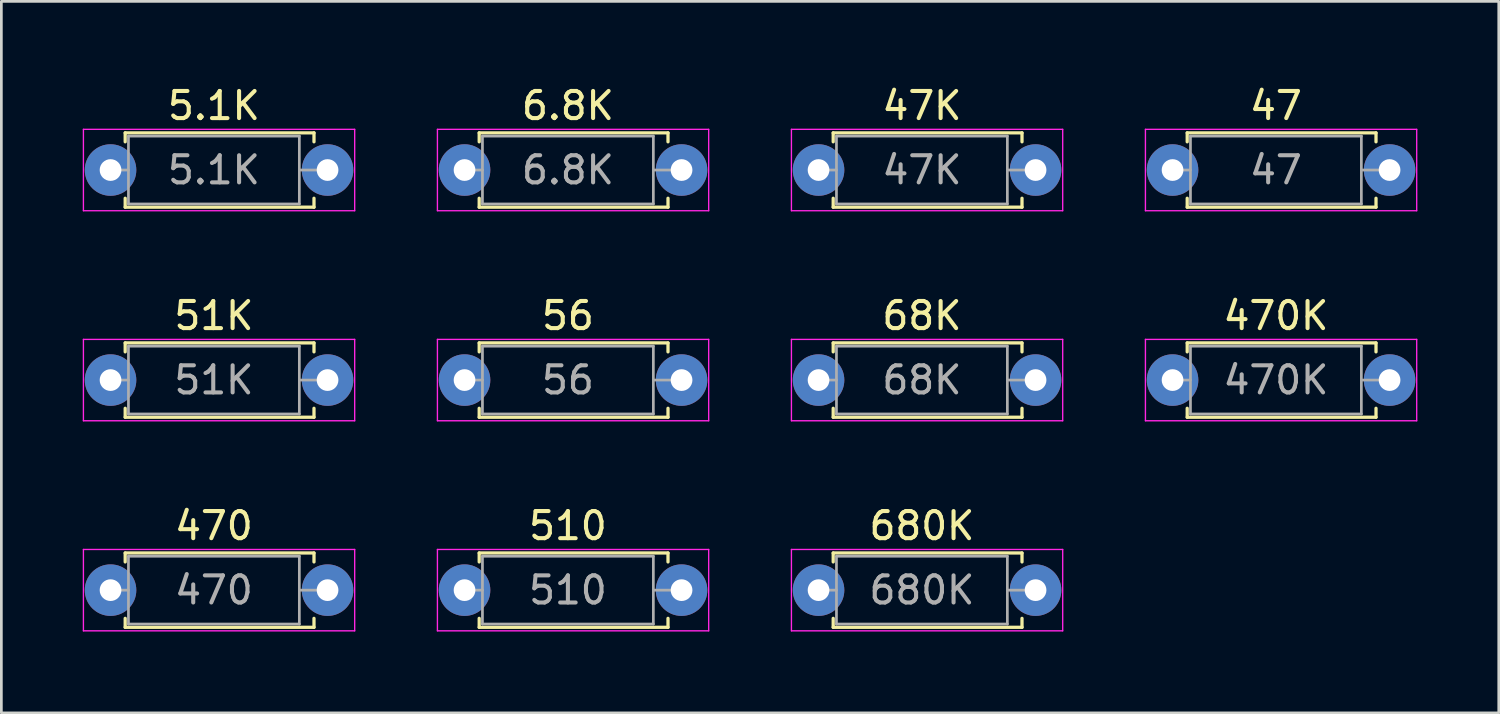
<source format=kicad_pcb>
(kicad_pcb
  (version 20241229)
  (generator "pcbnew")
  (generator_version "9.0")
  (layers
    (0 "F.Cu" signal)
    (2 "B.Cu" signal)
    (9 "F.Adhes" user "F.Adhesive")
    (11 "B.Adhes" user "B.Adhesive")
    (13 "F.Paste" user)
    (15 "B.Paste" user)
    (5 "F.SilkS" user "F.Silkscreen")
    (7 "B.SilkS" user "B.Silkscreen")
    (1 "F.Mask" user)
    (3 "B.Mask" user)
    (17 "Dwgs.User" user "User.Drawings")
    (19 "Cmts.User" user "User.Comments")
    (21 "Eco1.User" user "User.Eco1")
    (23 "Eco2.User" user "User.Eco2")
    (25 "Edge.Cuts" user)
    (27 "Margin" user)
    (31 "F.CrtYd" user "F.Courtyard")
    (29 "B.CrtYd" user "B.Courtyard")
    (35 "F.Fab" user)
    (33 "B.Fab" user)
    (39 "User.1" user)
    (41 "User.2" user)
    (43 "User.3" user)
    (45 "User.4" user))
  (footprint "56"
    (layer "F.Cu")
    (at 14.075 10.961)
    (property "Reference" "56" (at 3.81 -2.37 0) (layer "F.SilkS") (effects (font (size 1 1) (thickness 0.15))))
    (attr through_hole)
    (fp_line (start 0.54 -1.37) (end 7.5 -1.37) (stroke (width 0.12) (type solid)) (layer "F.SilkS"))
    (fp_line (start 0.54 -1.04) (end 0.54 -1.37) (stroke (width 0.12) (type solid)) (layer "F.SilkS"))
    (fp_line (start 0.54 1.04) (end 0.54 1.37) (stroke (width 0.12) (type solid)) (layer "F.SilkS"))
    (fp_line (start 0.54 1.37) (end 7.5 1.37) (stroke (width 0.12) (type solid)) (layer "F.SilkS"))
    (fp_line (start 7.5 -1.37) (end 7.5 -1.04) (stroke (width 0.12) (type solid)) (layer "F.SilkS"))
    (fp_line (start 7.5 1.37) (end 7.5 1.04) (stroke (width 0.12) (type solid)) (layer "F.SilkS"))
    (fp_line (start -1 -1.5) (end -1 1.5) (stroke (width 0.05) (type solid)) (layer "F.CrtYd"))
    (fp_line (start -1 1.5) (end 9 1.5) (stroke (width 0.05) (type solid)) (layer "F.CrtYd"))
    (fp_line (start 9 -1.5) (end -1 -1.5) (stroke (width 0.05) (type solid)) (layer "F.CrtYd"))
    (fp_line (start 9 1.5) (end 9 -1.5) (stroke (width 0.05) (type solid)) (layer "F.CrtYd"))
    (fp_line (start 0 0) (end 0.66 0) (stroke (width 0.1) (type solid)) (layer "F.Fab"))
    (fp_line (start 0.66 -1.25) (end 0.66 1.25) (stroke (width 0.1) (type solid)) (layer "F.Fab"))
    (fp_line (start 0.66 1.25) (end 6.96 1.25) (stroke (width 0.1) (type solid)) (layer "F.Fab"))
    (fp_line (start 6.96 -1.25) (end 0.66 -1.25) (stroke (width 0.1) (type solid)) (layer "F.Fab"))
    (fp_line (start 6.96 1.25) (end 6.96 -1.25) (stroke (width 0.1) (type solid)) (layer "F.Fab"))
    (fp_line (start 7.62 0) (end 6.96 0) (stroke (width 0.1) (type solid)) (layer "F.Fab"))
    (fp_text user "${REFERENCE}" (at 3.81 0 0) (layer "F.Fab") (effects (font (size 1 1) (thickness 0.15))))
    (pad "1" thru_hole circle (at 0 0) (size 1.9 1.9) (drill 0.8) (layers "*.Cu" "*.Mask"))
    (pad "2" thru_hole oval (at 8 0) (size 1.9 1.9) (drill 0.8) (layers "*.Cu" "*.Mask")))
  (footprint "6.8K"
    (layer "F.Cu")
    (at 14.075 3.218)
    (property "Reference" "6.8K" (at 3.81 -2.37 0) (layer "F.SilkS") (effects (font (size 1 1) (thickness 0.15))))
    (attr through_hole)
    (fp_line (start 0.54 -1.37) (end 7.5 -1.37) (stroke (width 0.12) (type solid)) (layer "F.SilkS"))
    (fp_line (start 0.54 -1.04) (end 0.54 -1.37) (stroke (width 0.12) (type solid)) (layer "F.SilkS"))
    (fp_line (start 0.54 1.04) (end 0.54 1.37) (stroke (width 0.12) (type solid)) (layer "F.SilkS"))
    (fp_line (start 0.54 1.37) (end 7.5 1.37) (stroke (width 0.12) (type solid)) (layer "F.SilkS"))
    (fp_line (start 7.5 -1.37) (end 7.5 -1.04) (stroke (width 0.12) (type solid)) (layer "F.SilkS"))
    (fp_line (start 7.5 1.37) (end 7.5 1.04) (stroke (width 0.12) (type solid)) (layer "F.SilkS"))
    (fp_line (start -1 -1.5) (end -1 1.5) (stroke (width 0.05) (type solid)) (layer "F.CrtYd"))
    (fp_line (start -1 1.5) (end 9 1.5) (stroke (width 0.05) (type solid)) (layer "F.CrtYd"))
    (fp_line (start 9 -1.5) (end -1 -1.5) (stroke (width 0.05) (type solid)) (layer "F.CrtYd"))
    (fp_line (start 9 1.5) (end 9 -1.5) (stroke (width 0.05) (type solid)) (layer "F.CrtYd"))
    (fp_line (start 0 0) (end 0.66 0) (stroke (width 0.1) (type solid)) (layer "F.Fab"))
    (fp_line (start 0.66 -1.25) (end 0.66 1.25) (stroke (width 0.1) (type solid)) (layer "F.Fab"))
    (fp_line (start 0.66 1.25) (end 6.96 1.25) (stroke (width 0.1) (type solid)) (layer "F.Fab"))
    (fp_line (start 6.96 -1.25) (end 0.66 -1.25) (stroke (width 0.1) (type solid)) (layer "F.Fab"))
    (fp_line (start 6.96 1.25) (end 6.96 -1.25) (stroke (width 0.1) (type solid)) (layer "F.Fab"))
    (fp_line (start 7.62 0) (end 6.96 0) (stroke (width 0.1) (type solid)) (layer "F.Fab"))
    (fp_text user "${REFERENCE}" (at 3.81 0 0) (layer "F.Fab") (effects (font (size 1 1) (thickness 0.15))))
    (pad "1" thru_hole circle (at 0 0) (size 1.9 1.9) (drill 0.8) (layers "*.Cu" "*.Mask"))
    (pad "2" thru_hole oval (at 8 0) (size 1.9 1.9) (drill 0.8) (layers "*.Cu" "*.Mask")))
  (footprint "68K"
    (layer "F.Cu")
    (at 27.125 10.961)
    (property "Reference" "68K" (at 3.81 -2.37 0) (layer "F.SilkS") (effects (font (size 1 1) (thickness 0.15))))
    (attr through_hole)
    (fp_line (start 0.54 -1.37) (end 7.5 -1.37) (stroke (width 0.12) (type solid)) (layer "F.SilkS"))
    (fp_line (start 0.54 -1.04) (end 0.54 -1.37) (stroke (width 0.12) (type solid)) (layer "F.SilkS"))
    (fp_line (start 0.54 1.04) (end 0.54 1.37) (stroke (width 0.12) (type solid)) (layer "F.SilkS"))
    (fp_line (start 0.54 1.37) (end 7.5 1.37) (stroke (width 0.12) (type solid)) (layer "F.SilkS"))
    (fp_line (start 7.5 -1.37) (end 7.5 -1.04) (stroke (width 0.12) (type solid)) (layer "F.SilkS"))
    (fp_line (start 7.5 1.37) (end 7.5 1.04) (stroke (width 0.12) (type solid)) (layer "F.SilkS"))
    (fp_line (start -1 -1.5) (end -1 1.5) (stroke (width 0.05) (type solid)) (layer "F.CrtYd"))
    (fp_line (start -1 1.5) (end 9 1.5) (stroke (width 0.05) (type solid)) (layer "F.CrtYd"))
    (fp_line (start 9 -1.5) (end -1 -1.5) (stroke (width 0.05) (type solid)) (layer "F.CrtYd"))
    (fp_line (start 9 1.5) (end 9 -1.5) (stroke (width 0.05) (type solid)) (layer "F.CrtYd"))
    (fp_line (start 0 0) (end 0.66 0) (stroke (width 0.1) (type solid)) (layer "F.Fab"))
    (fp_line (start 0.66 -1.25) (end 0.66 1.25) (stroke (width 0.1) (type solid)) (layer "F.Fab"))
    (fp_line (start 0.66 1.25) (end 6.96 1.25) (stroke (width 0.1) (type solid)) (layer "F.Fab"))
    (fp_line (start 6.96 -1.25) (end 0.66 -1.25) (stroke (width 0.1) (type solid)) (layer "F.Fab"))
    (fp_line (start 6.96 1.25) (end 6.96 -1.25) (stroke (width 0.1) (type solid)) (layer "F.Fab"))
    (fp_line (start 7.62 0) (end 6.96 0) (stroke (width 0.1) (type solid)) (layer "F.Fab"))
    (fp_text user "${REFERENCE}" (at 3.81 0 0) (layer "F.Fab") (effects (font (size 1 1) (thickness 0.15))))
    (pad "1" thru_hole circle (at 0 0) (size 1.9 1.9) (drill 0.8) (layers "*.Cu" "*.Mask"))
    (pad "2" thru_hole oval (at 8 0) (size 1.9 1.9) (drill 0.8) (layers "*.Cu" "*.Mask")))
  (footprint "510"
    (layer "F.Cu")
    (at 14.075 18.705)
    (property "Reference" "510" (at 3.81 -2.37 0) (layer "F.SilkS") (effects (font (size 1 1) (thickness 0.15))))
    (attr through_hole)
    (fp_line (start 0.54 -1.37) (end 7.5 -1.37) (stroke (width 0.12) (type solid)) (layer "F.SilkS"))
    (fp_line (start 0.54 -1.04) (end 0.54 -1.37) (stroke (width 0.12) (type solid)) (layer "F.SilkS"))
    (fp_line (start 0.54 1.04) (end 0.54 1.37) (stroke (width 0.12) (type solid)) (layer "F.SilkS"))
    (fp_line (start 0.54 1.37) (end 7.5 1.37) (stroke (width 0.12) (type solid)) (layer "F.SilkS"))
    (fp_line (start 7.5 -1.37) (end 7.5 -1.04) (stroke (width 0.12) (type solid)) (layer "F.SilkS"))
    (fp_line (start 7.5 1.37) (end 7.5 1.04) (stroke (width 0.12) (type solid)) (layer "F.SilkS"))
    (fp_line (start -1 -1.5) (end -1 1.5) (stroke (width 0.05) (type solid)) (layer "F.CrtYd"))
    (fp_line (start -1 1.5) (end 9 1.5) (stroke (width 0.05) (type solid)) (layer "F.CrtYd"))
    (fp_line (start 9 -1.5) (end -1 -1.5) (stroke (width 0.05) (type solid)) (layer "F.CrtYd"))
    (fp_line (start 9 1.5) (end 9 -1.5) (stroke (width 0.05) (type solid)) (layer "F.CrtYd"))
    (fp_line (start 0 0) (end 0.66 0) (stroke (width 0.1) (type solid)) (layer "F.Fab"))
    (fp_line (start 0.66 -1.25) (end 0.66 1.25) (stroke (width 0.1) (type solid)) (layer "F.Fab"))
    (fp_line (start 0.66 1.25) (end 6.96 1.25) (stroke (width 0.1) (type solid)) (layer "F.Fab"))
    (fp_line (start 6.96 -1.25) (end 0.66 -1.25) (stroke (width 0.1) (type solid)) (layer "F.Fab"))
    (fp_line (start 6.96 1.25) (end 6.96 -1.25) (stroke (width 0.1) (type solid)) (layer "F.Fab"))
    (fp_line (start 7.62 0) (end 6.96 0) (stroke (width 0.1) (type solid)) (layer "F.Fab"))
    (fp_text user "${REFERENCE}" (at 3.81 0 0) (layer "F.Fab") (effects (font (size 1 1) (thickness 0.15))))
    (pad "1" thru_hole circle (at 0 0) (size 1.9 1.9) (drill 0.8) (layers "*.Cu" "*.Mask"))
    (pad "2" thru_hole oval (at 8 0) (size 1.9 1.9) (drill 0.8) (layers "*.Cu" "*.Mask")))
  (footprint "5.1K"
    (layer "F.Cu")
    (at 1.025 3.218)
    (property "Reference" "5.1K" (at 3.81 -2.37 0) (layer "F.SilkS") (effects (font (size 1 1) (thickness 0.15))))
    (attr through_hole)
    (fp_line (start 0.54 -1.37) (end 7.5 -1.37) (stroke (width 0.12) (type solid)) (layer "F.SilkS"))
    (fp_line (start 0.54 -1.04) (end 0.54 -1.37) (stroke (width 0.12) (type solid)) (layer "F.SilkS"))
    (fp_line (start 0.54 1.04) (end 0.54 1.37) (stroke (width 0.12) (type solid)) (layer "F.SilkS"))
    (fp_line (start 0.54 1.37) (end 7.5 1.37) (stroke (width 0.12) (type solid)) (layer "F.SilkS"))
    (fp_line (start 7.5 -1.37) (end 7.5 -1.04) (stroke (width 0.12) (type solid)) (layer "F.SilkS"))
    (fp_line (start 7.5 1.37) (end 7.5 1.04) (stroke (width 0.12) (type solid)) (layer "F.SilkS"))
    (fp_line (start -1 -1.5) (end -1 1.5) (stroke (width 0.05) (type solid)) (layer "F.CrtYd"))
    (fp_line (start -1 1.5) (end 9 1.5) (stroke (width 0.05) (type solid)) (layer "F.CrtYd"))
    (fp_line (start 9 -1.5) (end -1 -1.5) (stroke (width 0.05) (type solid)) (layer "F.CrtYd"))
    (fp_line (start 9 1.5) (end 9 -1.5) (stroke (width 0.05) (type solid)) (layer "F.CrtYd"))
    (fp_line (start 0 0) (end 0.66 0) (stroke (width 0.1) (type solid)) (layer "F.Fab"))
    (fp_line (start 0.66 -1.25) (end 0.66 1.25) (stroke (width 0.1) (type solid)) (layer "F.Fab"))
    (fp_line (start 0.66 1.25) (end 6.96 1.25) (stroke (width 0.1) (type solid)) (layer "F.Fab"))
    (fp_line (start 6.96 -1.25) (end 0.66 -1.25) (stroke (width 0.1) (type solid)) (layer "F.Fab"))
    (fp_line (start 6.96 1.25) (end 6.96 -1.25) (stroke (width 0.1) (type solid)) (layer "F.Fab"))
    (fp_line (start 7.62 0) (end 6.96 0) (stroke (width 0.1) (type solid)) (layer "F.Fab"))
    (fp_text user "${REFERENCE}" (at 3.81 0 0) (layer "F.Fab") (effects (font (size 1 1) (thickness 0.15))))
    (pad "1" thru_hole circle (at 0 0) (size 1.9 1.9) (drill 0.8) (layers "*.Cu" "*.Mask"))
    (pad "2" thru_hole oval (at 8 0) (size 1.9 1.9) (drill 0.8) (layers "*.Cu" "*.Mask")))
  (footprint "680K"
    (layer "F.Cu")
    (at 27.125 18.705)
    (property "Reference" "680K" (at 3.81 -2.37 0) (layer "F.SilkS") (effects (font (size 1 1) (thickness 0.15))))
    (attr through_hole)
    (fp_line (start 0.54 -1.37) (end 7.5 -1.37) (stroke (width 0.12) (type solid)) (layer "F.SilkS"))
    (fp_line (start 0.54 -1.04) (end 0.54 -1.37) (stroke (width 0.12) (type solid)) (layer "F.SilkS"))
    (fp_line (start 0.54 1.04) (end 0.54 1.37) (stroke (width 0.12) (type solid)) (layer "F.SilkS"))
    (fp_line (start 0.54 1.37) (end 7.5 1.37) (stroke (width 0.12) (type solid)) (layer "F.SilkS"))
    (fp_line (start 7.5 -1.37) (end 7.5 -1.04) (stroke (width 0.12) (type solid)) (layer "F.SilkS"))
    (fp_line (start 7.5 1.37) (end 7.5 1.04) (stroke (width 0.12) (type solid)) (layer "F.SilkS"))
    (fp_line (start -1 -1.5) (end -1 1.5) (stroke (width 0.05) (type solid)) (layer "F.CrtYd"))
    (fp_line (start -1 1.5) (end 9 1.5) (stroke (width 0.05) (type solid)) (layer "F.CrtYd"))
    (fp_line (start 9 -1.5) (end -1 -1.5) (stroke (width 0.05) (type solid)) (layer "F.CrtYd"))
    (fp_line (start 9 1.5) (end 9 -1.5) (stroke (width 0.05) (type solid)) (layer "F.CrtYd"))
    (fp_line (start 0 0) (end 0.66 0) (stroke (width 0.1) (type solid)) (layer "F.Fab"))
    (fp_line (start 0.66 -1.25) (end 0.66 1.25) (stroke (width 0.1) (type solid)) (layer "F.Fab"))
    (fp_line (start 0.66 1.25) (end 6.96 1.25) (stroke (width 0.1) (type solid)) (layer "F.Fab"))
    (fp_line (start 6.96 -1.25) (end 0.66 -1.25) (stroke (width 0.1) (type solid)) (layer "F.Fab"))
    (fp_line (start 6.96 1.25) (end 6.96 -1.25) (stroke (width 0.1) (type solid)) (layer "F.Fab"))
    (fp_line (start 7.62 0) (end 6.96 0) (stroke (width 0.1) (type solid)) (layer "F.Fab"))
    (fp_text user "${REFERENCE}" (at 3.81 0 0) (layer "F.Fab") (effects (font (size 1 1) (thickness 0.15))))
    (pad "1" thru_hole circle (at 0 0) (size 1.9 1.9) (drill 0.8) (layers "*.Cu" "*.Mask"))
    (pad "2" thru_hole oval (at 8 0) (size 1.9 1.9) (drill 0.8) (layers "*.Cu" "*.Mask")))
  (footprint "47K"
    (layer "F.Cu")
    (at 27.125 3.218)
    (property "Reference" "47K" (at 3.81 -2.37 0) (layer "F.SilkS") (effects (font (size 1 1) (thickness 0.15))))
    (attr through_hole)
    (fp_line (start 0.54 -1.37) (end 7.5 -1.37) (stroke (width 0.12) (type solid)) (layer "F.SilkS"))
    (fp_line (start 0.54 -1.04) (end 0.54 -1.37) (stroke (width 0.12) (type solid)) (layer "F.SilkS"))
    (fp_line (start 0.54 1.04) (end 0.54 1.37) (stroke (width 0.12) (type solid)) (layer "F.SilkS"))
    (fp_line (start 0.54 1.37) (end 7.5 1.37) (stroke (width 0.12) (type solid)) (layer "F.SilkS"))
    (fp_line (start 7.5 -1.37) (end 7.5 -1.04) (stroke (width 0.12) (type solid)) (layer "F.SilkS"))
    (fp_line (start 7.5 1.37) (end 7.5 1.04) (stroke (width 0.12) (type solid)) (layer "F.SilkS"))
    (fp_line (start -1 -1.5) (end -1 1.5) (stroke (width 0.05) (type solid)) (layer "F.CrtYd"))
    (fp_line (start -1 1.5) (end 9 1.5) (stroke (width 0.05) (type solid)) (layer "F.CrtYd"))
    (fp_line (start 9 -1.5) (end -1 -1.5) (stroke (width 0.05) (type solid)) (layer "F.CrtYd"))
    (fp_line (start 9 1.5) (end 9 -1.5) (stroke (width 0.05) (type solid)) (layer "F.CrtYd"))
    (fp_line (start 0 0) (end 0.66 0) (stroke (width 0.1) (type solid)) (layer "F.Fab"))
    (fp_line (start 0.66 -1.25) (end 0.66 1.25) (stroke (width 0.1) (type solid)) (layer "F.Fab"))
    (fp_line (start 0.66 1.25) (end 6.96 1.25) (stroke (width 0.1) (type solid)) (layer "F.Fab"))
    (fp_line (start 6.96 -1.25) (end 0.66 -1.25) (stroke (width 0.1) (type solid)) (layer "F.Fab"))
    (fp_line (start 6.96 1.25) (end 6.96 -1.25) (stroke (width 0.1) (type solid)) (layer "F.Fab"))
    (fp_line (start 7.62 0) (end 6.96 0) (stroke (width 0.1) (type solid)) (layer "F.Fab"))
    (fp_text user "${REFERENCE}" (at 3.81 0 0) (layer "F.Fab") (effects (font (size 1 1) (thickness 0.15))))
    (pad "1" thru_hole circle (at 0 0) (size 1.9 1.9) (drill 0.8) (layers "*.Cu" "*.Mask"))
    (pad "2" thru_hole oval (at 8 0) (size 1.9 1.9) (drill 0.8) (layers "*.Cu" "*.Mask")))
  (footprint "47"
    (layer "F.Cu")
    (at 40.175 3.218)
    (property "Reference" "47" (at 3.81 -2.37 0) (layer "F.SilkS") (effects (font (size 1 1) (thickness 0.15))))
    (attr through_hole)
    (fp_line (start 0.54 -1.37) (end 7.5 -1.37) (stroke (width 0.12) (type solid)) (layer "F.SilkS"))
    (fp_line (start 0.54 -1.04) (end 0.54 -1.37) (stroke (width 0.12) (type solid)) (layer "F.SilkS"))
    (fp_line (start 0.54 1.04) (end 0.54 1.37) (stroke (width 0.12) (type solid)) (layer "F.SilkS"))
    (fp_line (start 0.54 1.37) (end 7.5 1.37) (stroke (width 0.12) (type solid)) (layer "F.SilkS"))
    (fp_line (start 7.5 -1.37) (end 7.5 -1.04) (stroke (width 0.12) (type solid)) (layer "F.SilkS"))
    (fp_line (start 7.5 1.37) (end 7.5 1.04) (stroke (width 0.12) (type solid)) (layer "F.SilkS"))
    (fp_line (start -1 -1.5) (end -1 1.5) (stroke (width 0.05) (type solid)) (layer "F.CrtYd"))
    (fp_line (start -1 1.5) (end 9 1.5) (stroke (width 0.05) (type solid)) (layer "F.CrtYd"))
    (fp_line (start 9 -1.5) (end -1 -1.5) (stroke (width 0.05) (type solid)) (layer "F.CrtYd"))
    (fp_line (start 9 1.5) (end 9 -1.5) (stroke (width 0.05) (type solid)) (layer "F.CrtYd"))
    (fp_line (start 0 0) (end 0.66 0) (stroke (width 0.1) (type solid)) (layer "F.Fab"))
    (fp_line (start 0.66 -1.25) (end 0.66 1.25) (stroke (width 0.1) (type solid)) (layer "F.Fab"))
    (fp_line (start 0.66 1.25) (end 6.96 1.25) (stroke (width 0.1) (type solid)) (layer "F.Fab"))
    (fp_line (start 6.96 -1.25) (end 0.66 -1.25) (stroke (width 0.1) (type solid)) (layer "F.Fab"))
    (fp_line (start 6.96 1.25) (end 6.96 -1.25) (stroke (width 0.1) (type solid)) (layer "F.Fab"))
    (fp_line (start 7.62 0) (end 6.96 0) (stroke (width 0.1) (type solid)) (layer "F.Fab"))
    (fp_text user "${REFERENCE}" (at 3.81 0 0) (layer "F.Fab") (effects (font (size 1 1) (thickness 0.15))))
    (pad "1" thru_hole circle (at 0 0) (size 1.9 1.9) (drill 0.8) (layers "*.Cu" "*.Mask"))
    (pad "2" thru_hole oval (at 8 0) (size 1.9 1.9) (drill 0.8) (layers "*.Cu" "*.Mask")))
  (footprint "470K"
    (layer "F.Cu")
    (at 40.175 10.961)
    (property "Reference" "470K" (at 3.81 -2.37 0) (layer "F.SilkS") (effects (font (size 1 1) (thickness 0.15))))
    (attr through_hole)
    (fp_line (start 0.54 -1.37) (end 7.5 -1.37) (stroke (width 0.12) (type solid)) (layer "F.SilkS"))
    (fp_line (start 0.54 -1.04) (end 0.54 -1.37) (stroke (width 0.12) (type solid)) (layer "F.SilkS"))
    (fp_line (start 0.54 1.04) (end 0.54 1.37) (stroke (width 0.12) (type solid)) (layer "F.SilkS"))
    (fp_line (start 0.54 1.37) (end 7.5 1.37) (stroke (width 0.12) (type solid)) (layer "F.SilkS"))
    (fp_line (start 7.5 -1.37) (end 7.5 -1.04) (stroke (width 0.12) (type solid)) (layer "F.SilkS"))
    (fp_line (start 7.5 1.37) (end 7.5 1.04) (stroke (width 0.12) (type solid)) (layer "F.SilkS"))
    (fp_line (start -1 -1.5) (end -1 1.5) (stroke (width 0.05) (type solid)) (layer "F.CrtYd"))
    (fp_line (start -1 1.5) (end 9 1.5) (stroke (width 0.05) (type solid)) (layer "F.CrtYd"))
    (fp_line (start 9 -1.5) (end -1 -1.5) (stroke (width 0.05) (type solid)) (layer "F.CrtYd"))
    (fp_line (start 9 1.5) (end 9 -1.5) (stroke (width 0.05) (type solid)) (layer "F.CrtYd"))
    (fp_line (start 0 0) (end 0.66 0) (stroke (width 0.1) (type solid)) (layer "F.Fab"))
    (fp_line (start 0.66 -1.25) (end 0.66 1.25) (stroke (width 0.1) (type solid)) (layer "F.Fab"))
    (fp_line (start 0.66 1.25) (end 6.96 1.25) (stroke (width 0.1) (type solid)) (layer "F.Fab"))
    (fp_line (start 6.96 -1.25) (end 0.66 -1.25) (stroke (width 0.1) (type solid)) (layer "F.Fab"))
    (fp_line (start 6.96 1.25) (end 6.96 -1.25) (stroke (width 0.1) (type solid)) (layer "F.Fab"))
    (fp_line (start 7.62 0) (end 6.96 0) (stroke (width 0.1) (type solid)) (layer "F.Fab"))
    (fp_text user "${REFERENCE}" (at 3.81 0 0) (layer "F.Fab") (effects (font (size 1 1) (thickness 0.15))))
    (pad "1" thru_hole circle (at 0 0) (size 1.9 1.9) (drill 0.8) (layers "*.Cu" "*.Mask"))
    (pad "2" thru_hole oval (at 8 0) (size 1.9 1.9) (drill 0.8) (layers "*.Cu" "*.Mask")))
  (footprint "470"
    (layer "F.Cu")
    (at 1.025 18.705)
    (property "Reference" "470" (at 3.81 -2.37 0) (layer "F.SilkS") (effects (font (size 1 1) (thickness 0.15))))
    (attr through_hole)
    (fp_line (start 0.54 -1.37) (end 7.5 -1.37) (stroke (width 0.12) (type solid)) (layer "F.SilkS"))
    (fp_line (start 0.54 -1.04) (end 0.54 -1.37) (stroke (width 0.12) (type solid)) (layer "F.SilkS"))
    (fp_line (start 0.54 1.04) (end 0.54 1.37) (stroke (width 0.12) (type solid)) (layer "F.SilkS"))
    (fp_line (start 0.54 1.37) (end 7.5 1.37) (stroke (width 0.12) (type solid)) (layer "F.SilkS"))
    (fp_line (start 7.5 -1.37) (end 7.5 -1.04) (stroke (width 0.12) (type solid)) (layer "F.SilkS"))
    (fp_line (start 7.5 1.37) (end 7.5 1.04) (stroke (width 0.12) (type solid)) (layer "F.SilkS"))
    (fp_line (start -1 -1.5) (end -1 1.5) (stroke (width 0.05) (type solid)) (layer "F.CrtYd"))
    (fp_line (start -1 1.5) (end 9 1.5) (stroke (width 0.05) (type solid)) (layer "F.CrtYd"))
    (fp_line (start 9 -1.5) (end -1 -1.5) (stroke (width 0.05) (type solid)) (layer "F.CrtYd"))
    (fp_line (start 9 1.5) (end 9 -1.5) (stroke (width 0.05) (type solid)) (layer "F.CrtYd"))
    (fp_line (start 0 0) (end 0.66 0) (stroke (width 0.1) (type solid)) (layer "F.Fab"))
    (fp_line (start 0.66 -1.25) (end 0.66 1.25) (stroke (width 0.1) (type solid)) (layer "F.Fab"))
    (fp_line (start 0.66 1.25) (end 6.96 1.25) (stroke (width 0.1) (type solid)) (layer "F.Fab"))
    (fp_line (start 6.96 -1.25) (end 0.66 -1.25) (stroke (width 0.1) (type solid)) (layer "F.Fab"))
    (fp_line (start 6.96 1.25) (end 6.96 -1.25) (stroke (width 0.1) (type solid)) (layer "F.Fab"))
    (fp_line (start 7.62 0) (end 6.96 0) (stroke (width 0.1) (type solid)) (layer "F.Fab"))
    (fp_text user "${REFERENCE}" (at 3.81 0 0) (layer "F.Fab") (effects (font (size 1 1) (thickness 0.15))))
    (pad "1" thru_hole circle (at 0 0) (size 1.9 1.9) (drill 0.8) (layers "*.Cu" "*.Mask"))
    (pad "2" thru_hole oval (at 8 0) (size 1.9 1.9) (drill 0.8) (layers "*.Cu" "*.Mask")))
  (footprint "51K"
    (layer "F.Cu")
    (at 1.025 10.961)
    (property "Reference" "51K" (at 3.81 -2.37 0) (layer "F.SilkS") (effects (font (size 1 1) (thickness 0.15))))
    (attr through_hole)
    (fp_line (start 0.54 -1.37) (end 7.5 -1.37) (stroke (width 0.12) (type solid)) (layer "F.SilkS"))
    (fp_line (start 0.54 -1.04) (end 0.54 -1.37) (stroke (width 0.12) (type solid)) (layer "F.SilkS"))
    (fp_line (start 0.54 1.04) (end 0.54 1.37) (stroke (width 0.12) (type solid)) (layer "F.SilkS"))
    (fp_line (start 0.54 1.37) (end 7.5 1.37) (stroke (width 0.12) (type solid)) (layer "F.SilkS"))
    (fp_line (start 7.5 -1.37) (end 7.5 -1.04) (stroke (width 0.12) (type solid)) (layer "F.SilkS"))
    (fp_line (start 7.5 1.37) (end 7.5 1.04) (stroke (width 0.12) (type solid)) (layer "F.SilkS"))
    (fp_line (start -1 -1.5) (end -1 1.5) (stroke (width 0.05) (type solid)) (layer "F.CrtYd"))
    (fp_line (start -1 1.5) (end 9 1.5) (stroke (width 0.05) (type solid)) (layer "F.CrtYd"))
    (fp_line (start 9 -1.5) (end -1 -1.5) (stroke (width 0.05) (type solid)) (layer "F.CrtYd"))
    (fp_line (start 9 1.5) (end 9 -1.5) (stroke (width 0.05) (type solid)) (layer "F.CrtYd"))
    (fp_line (start 0 0) (end 0.66 0) (stroke (width 0.1) (type solid)) (layer "F.Fab"))
    (fp_line (start 0.66 -1.25) (end 0.66 1.25) (stroke (width 0.1) (type solid)) (layer "F.Fab"))
    (fp_line (start 0.66 1.25) (end 6.96 1.25) (stroke (width 0.1) (type solid)) (layer "F.Fab"))
    (fp_line (start 6.96 -1.25) (end 0.66 -1.25) (stroke (width 0.1) (type solid)) (layer "F.Fab"))
    (fp_line (start 6.96 1.25) (end 6.96 -1.25) (stroke (width 0.1) (type solid)) (layer "F.Fab"))
    (fp_line (start 7.62 0) (end 6.96 0) (stroke (width 0.1) (type solid)) (layer "F.Fab"))
    (fp_text user "${REFERENCE}" (at 3.81 0 0) (layer "F.Fab") (effects (font (size 1 1) (thickness 0.15))))
    (pad "1" thru_hole circle (at 0 0) (size 1.9 1.9) (drill 0.8) (layers "*.Cu" "*.Mask"))
    (pad "2" thru_hole oval (at 8 0) (size 1.9 1.9) (drill 0.8) (layers "*.Cu" "*.Mask")))
  (gr_rect
    (start -3 -3)
    (end 52.2 23.23)
    (stroke (width 0.1) (type default))
    (fill no)
    (layer "Edge.Cuts")))
</source>
